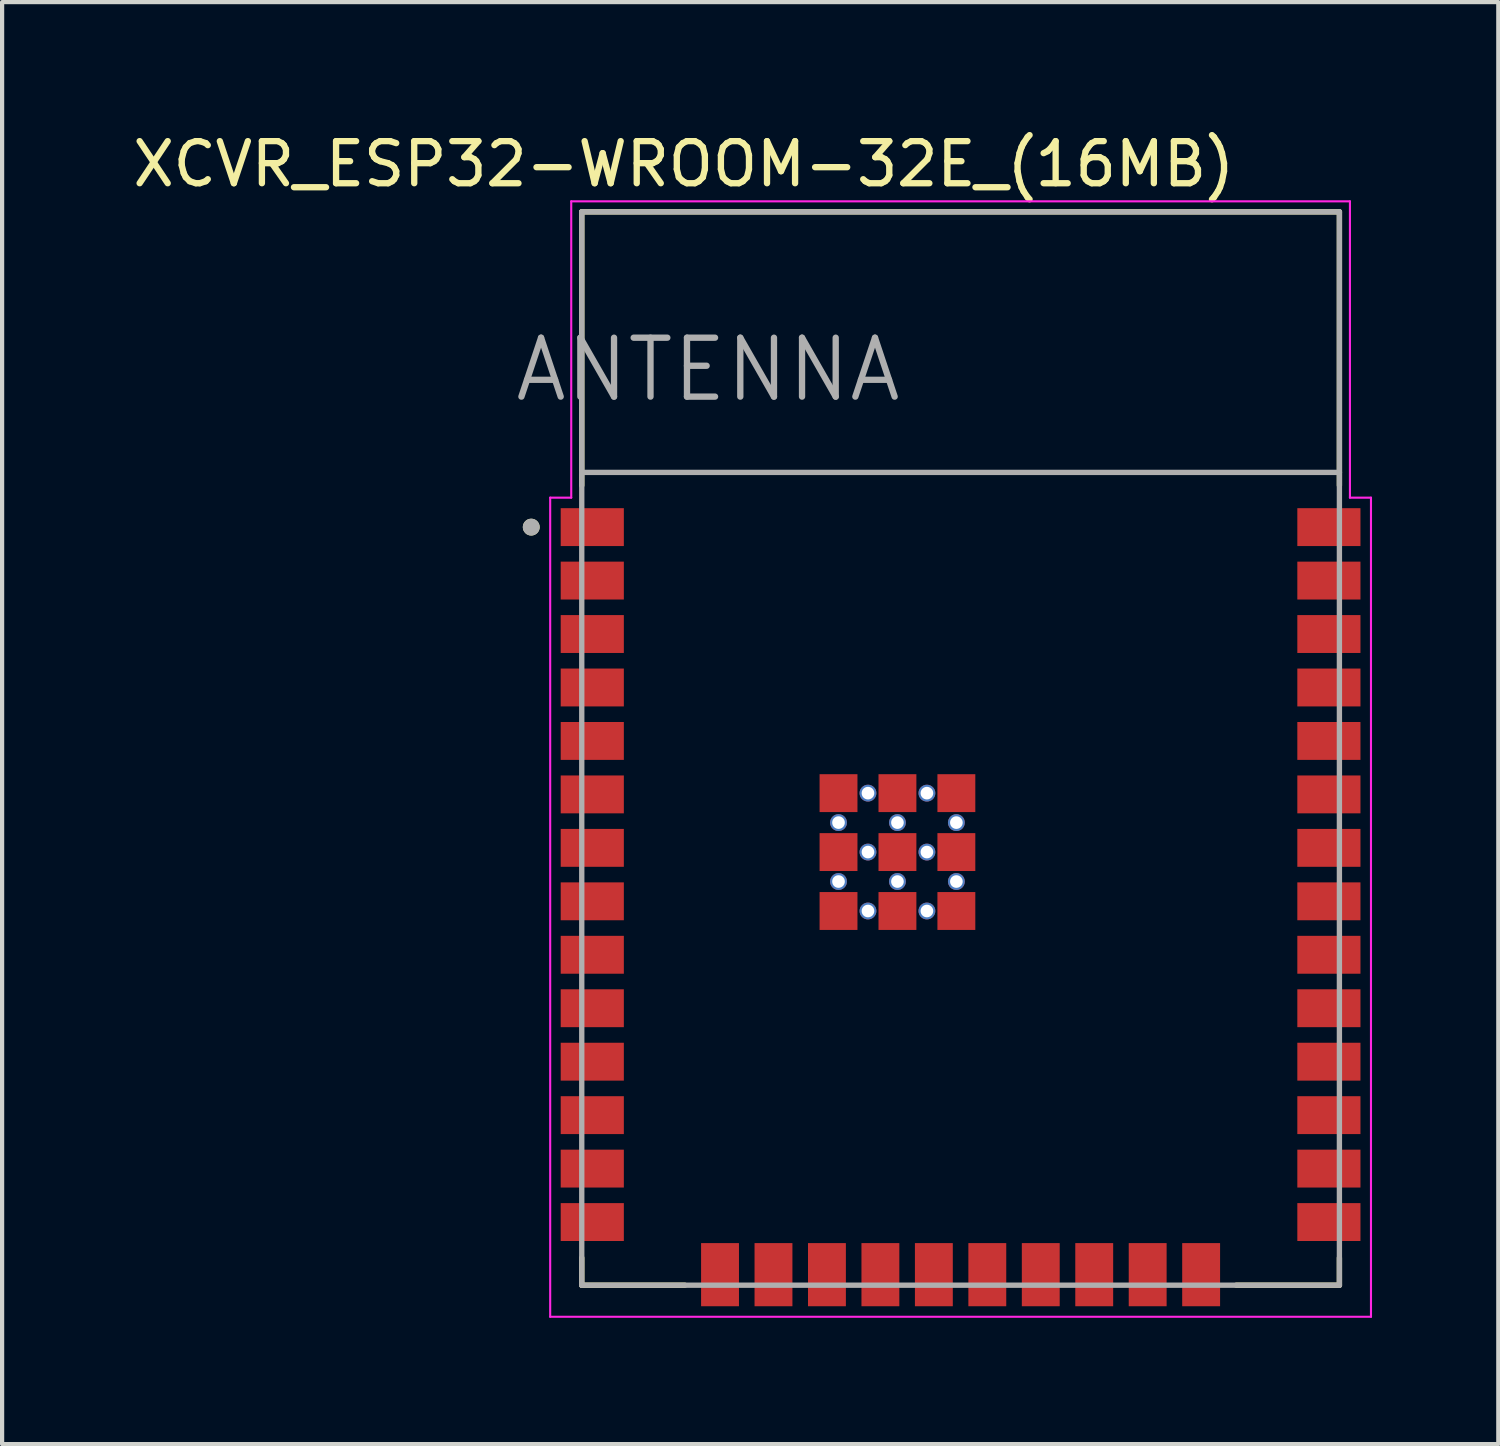
<source format=kicad_pcb>
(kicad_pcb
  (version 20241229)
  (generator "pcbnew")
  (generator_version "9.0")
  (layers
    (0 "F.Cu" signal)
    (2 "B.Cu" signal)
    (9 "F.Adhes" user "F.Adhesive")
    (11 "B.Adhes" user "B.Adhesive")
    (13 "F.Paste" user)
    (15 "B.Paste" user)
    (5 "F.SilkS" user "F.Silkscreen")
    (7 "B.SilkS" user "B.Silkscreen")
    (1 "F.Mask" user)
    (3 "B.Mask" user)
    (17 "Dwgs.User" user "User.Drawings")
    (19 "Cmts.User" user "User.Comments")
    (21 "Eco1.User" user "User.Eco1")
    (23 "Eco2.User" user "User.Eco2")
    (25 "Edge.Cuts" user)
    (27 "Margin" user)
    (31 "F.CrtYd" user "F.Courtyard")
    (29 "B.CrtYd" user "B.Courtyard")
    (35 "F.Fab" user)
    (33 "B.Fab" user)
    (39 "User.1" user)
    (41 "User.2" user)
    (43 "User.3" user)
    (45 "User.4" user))
  (footprint "XCVR_ESP32-WROOM-32E_(16MB)"
    (layer "F.Cu")
    (at 19.771 14.733)
    (property "Reference" "XCVR_ESP32-WROOM-32E_(16MB)" (at -6.575 -13.885 0) (layer "F.SilkS") (effects (font (size 1 1) (thickness 0.15))))
    (attr through_hole)
    (fp_line (start -9 -12.75) (end 9 -12.75) (stroke (width 0.127) (type solid)) (layer "F.SilkS"))
    (fp_line (start -9 -6.25) (end -9 -12.75) (stroke (width 0.127) (type solid)) (layer "F.SilkS"))
    (fp_line (start -9 12.1) (end -9 12.75) (stroke (width 0.127) (type solid)) (layer "F.SilkS"))
    (fp_line (start -9 12.75) (end -6.55 12.75) (stroke (width 0.127) (type solid)) (layer "F.SilkS"))
    (fp_line (start 6.55 12.75) (end 9 12.75) (stroke (width 0.127) (type solid)) (layer "F.SilkS"))
    (fp_line (start 9 -12.75) (end 9 -6.25) (stroke (width 0.127) (type solid)) (layer "F.SilkS"))
    (fp_line (start 9 12.75) (end 9 12.1) (stroke (width 0.127) (type solid)) (layer "F.SilkS"))
    (fp_circle (center -10.2 -5.26) (end -10.1 -5.26) (stroke (width 0.2) (type solid)) (fill no) (layer "F.SilkS"))
    (fp_line (start -9.75 -5.96) (end -9.25 -5.96) (stroke (width 0.05) (type solid)) (layer "F.CrtYd"))
    (fp_line (start -9.75 13.5) (end -9.75 -5.96) (stroke (width 0.05) (type solid)) (layer "F.CrtYd"))
    (fp_line (start -9.25 -13) (end 9.25 -13) (stroke (width 0.05) (type solid)) (layer "F.CrtYd"))
    (fp_line (start -9.25 -5.96) (end -9.25 -13) (stroke (width 0.05) (type solid)) (layer "F.CrtYd"))
    (fp_line (start 9.25 -13) (end 9.25 -5.96) (stroke (width 0.05) (type solid)) (layer "F.CrtYd"))
    (fp_line (start 9.25 -5.96) (end 9.75 -5.96) (stroke (width 0.05) (type solid)) (layer "F.CrtYd"))
    (fp_line (start 9.75 -5.96) (end 9.75 13.5) (stroke (width 0.05) (type solid)) (layer "F.CrtYd"))
    (fp_line (start 9.75 13.5) (end -9.75 13.5) (stroke (width 0.05) (type solid)) (layer "F.CrtYd"))
    (fp_line (start -9 -12.75) (end -9 -6.56) (stroke (width 0.127) (type solid)) (layer "F.Fab"))
    (fp_line (start -9 -12.75) (end 9 -12.75) (stroke (width 0.127) (type solid)) (layer "F.Fab"))
    (fp_line (start -9 -6.56) (end 9 -6.56) (stroke (width 0.127) (type solid)) (layer "F.Fab"))
    (fp_line (start -9 12.75) (end -9 -6.56) (stroke (width 0.127) (type solid)) (layer "F.Fab"))
    (fp_line (start 9 -12.75) (end 9 -6.56) (stroke (width 0.127) (type solid)) (layer "F.Fab"))
    (fp_line (start 9 -6.56) (end 9 12.75) (stroke (width 0.127) (type solid)) (layer "F.Fab"))
    (fp_line (start 9 12.75) (end -9 12.75) (stroke (width 0.127) (type solid)) (layer "F.Fab"))
    (fp_circle (center -10.2 -5.26) (end -10.1 -5.26) (stroke (width 0.2) (type solid)) (fill no) (layer "F.Fab"))
    (fp_text user "ANTENNA" (at -6 -9 0) (layer "F.Fab") (effects (font (size 1.4 1.4) (thickness 0.15))))
    (pad "1" smd rect (at -8.75 -5.26) (size 1.5 0.9) (layers "F.Cu" "F.Mask" "F.Paste"))
    (pad "2" smd rect (at -8.75 -3.99) (size 1.5 0.9) (layers "F.Cu" "F.Mask" "F.Paste"))
    (pad "3" smd rect (at -8.75 -2.72) (size 1.5 0.9) (layers "F.Cu" "F.Mask" "F.Paste"))
    (pad "4" smd rect (at -8.75 -1.45) (size 1.5 0.9) (layers "F.Cu" "F.Mask" "F.Paste"))
    (pad "5" smd rect (at -8.75 -0.18) (size 1.5 0.9) (layers "F.Cu" "F.Mask" "F.Paste"))
    (pad "6" smd rect (at -8.75 1.09) (size 1.5 0.9) (layers "F.Cu" "F.Mask" "F.Paste"))
    (pad "7" smd rect (at -8.75 2.36) (size 1.5 0.9) (layers "F.Cu" "F.Mask" "F.Paste"))
    (pad "8" smd rect (at -8.75 3.63) (size 1.5 0.9) (layers "F.Cu" "F.Mask" "F.Paste"))
    (pad "9" smd rect (at -8.75 4.9) (size 1.5 0.9) (layers "F.Cu" "F.Mask" "F.Paste"))
    (pad "10" smd rect (at -8.75 6.17) (size 1.5 0.9) (layers "F.Cu" "F.Mask" "F.Paste"))
    (pad "11" smd rect (at -8.75 7.44) (size 1.5 0.9) (layers "F.Cu" "F.Mask" "F.Paste"))
    (pad "12" smd rect (at -8.75 8.71) (size 1.5 0.9) (layers "F.Cu" "F.Mask" "F.Paste"))
    (pad "13" smd rect (at -8.75 9.98) (size 1.5 0.9) (layers "F.Cu" "F.Mask" "F.Paste"))
    (pad "14" smd rect (at -8.75 11.25) (size 1.5 0.9) (layers "F.Cu" "F.Mask" "F.Paste"))
    (pad "15" smd rect (at -5.715 12.5) (size 0.9 1.5) (layers "F.Cu" "F.Mask" "F.Paste"))
    (pad "16" smd rect (at -4.445 12.5) (size 0.9 1.5) (layers "F.Cu" "F.Mask" "F.Paste"))
    (pad "17" smd rect (at -3.175 12.5) (size 0.9 1.5) (layers "F.Cu" "F.Mask" "F.Paste"))
    (pad "18" smd rect (at -1.905 12.5) (size 0.9 1.5) (layers "F.Cu" "F.Mask" "F.Paste"))
    (pad "19" smd rect (at -0.635 12.5) (size 0.9 1.5) (layers "F.Cu" "F.Mask" "F.Paste"))
    (pad "20" smd rect (at 0.635 12.5) (size 0.9 1.5) (layers "F.Cu" "F.Mask" "F.Paste"))
    (pad "21" smd rect (at 1.905 12.5) (size 0.9 1.5) (layers "F.Cu" "F.Mask" "F.Paste"))
    (pad "22" smd rect (at 3.175 12.5) (size 0.9 1.5) (layers "F.Cu" "F.Mask" "F.Paste"))
    (pad "23" smd rect (at 4.445 12.5) (size 0.9 1.5) (layers "F.Cu" "F.Mask" "F.Paste"))
    (pad "24" smd rect (at 5.715 12.5) (size 0.9 1.5) (layers "F.Cu" "F.Mask" "F.Paste"))
    (pad "25" smd rect (at 8.75 11.25) (size 1.5 0.9) (layers "F.Cu" "F.Mask" "F.Paste"))
    (pad "26" smd rect (at 8.75 9.98) (size 1.5 0.9) (layers "F.Cu" "F.Mask" "F.Paste"))
    (pad "27" smd rect (at 8.75 8.71) (size 1.5 0.9) (layers "F.Cu" "F.Mask" "F.Paste"))
    (pad "28" smd rect (at 8.75 7.44) (size 1.5 0.9) (layers "F.Cu" "F.Mask" "F.Paste"))
    (pad "29" smd rect (at 8.75 6.17) (size 1.5 0.9) (layers "F.Cu" "F.Mask" "F.Paste"))
    (pad "30" smd rect (at 8.75 4.9) (size 1.5 0.9) (layers "F.Cu" "F.Mask" "F.Paste"))
    (pad "31" smd rect (at 8.75 3.63) (size 1.5 0.9) (layers "F.Cu" "F.Mask" "F.Paste"))
    (pad "32" smd rect (at 8.75 2.36) (size 1.5 0.9) (layers "F.Cu" "F.Mask" "F.Paste"))
    (pad "33" smd rect (at 8.75 1.09) (size 1.5 0.9) (layers "F.Cu" "F.Mask" "F.Paste"))
    (pad "34" smd rect (at 8.75 -0.18) (size 1.5 0.9) (layers "F.Cu" "F.Mask" "F.Paste"))
    (pad "35" smd rect (at 8.75 -1.45) (size 1.5 0.9) (layers "F.Cu" "F.Mask" "F.Paste"))
    (pad "36" smd rect (at 8.75 -2.72) (size 1.5 0.9) (layers "F.Cu" "F.Mask" "F.Paste"))
    (pad "37" smd rect (at 8.75 -3.99) (size 1.5 0.9) (layers "F.Cu" "F.Mask" "F.Paste"))
    (pad "38" smd rect (at 8.75 -5.26) (size 1.5 0.9) (layers "F.Cu" "F.Mask" "F.Paste"))
    (pad "39_1" smd rect (at -2.9 1.06) (size 0.9 0.9) (layers "F.Cu" "F.Mask" "F.Paste"))
    (pad "39_2" smd rect (at -1.5 1.06) (size 0.9 0.9) (layers "F.Cu" "F.Mask" "F.Paste"))
    (pad "39_3" smd rect (at -0.1 1.06) (size 0.9 0.9) (layers "F.Cu" "F.Mask" "F.Paste"))
    (pad "39_4" smd rect (at -2.9 2.46) (size 0.9 0.9) (layers "F.Cu" "F.Mask" "F.Paste"))
    (pad "39_5" smd rect (at -1.5 2.46) (size 0.9 0.9) (layers "F.Cu" "F.Mask" "F.Paste"))
    (pad "39_6" smd rect (at -0.1 2.46) (size 0.9 0.9) (layers "F.Cu" "F.Mask" "F.Paste"))
    (pad "39_7" smd rect (at -2.9 3.86) (size 0.9 0.9) (layers "F.Cu" "F.Mask" "F.Paste"))
    (pad "39_8" smd rect (at -1.5 3.86) (size 0.9 0.9) (layers "F.Cu" "F.Mask" "F.Paste"))
    (pad "39_9" smd rect (at -0.1 3.86) (size 0.9 0.9) (layers "F.Cu" "F.Mask" "F.Paste"))
    (pad "39_10" thru_hole circle (at -2.2 1.06) (size 0.4 0.4) (drill 0.3) (layers "*.Cu"))
    (pad "39_11" thru_hole circle (at -0.8 1.06) (size 0.4 0.4) (drill 0.3) (layers "*.Cu"))
    (pad "39_12" thru_hole circle (at -2.9 1.76) (size 0.4 0.4) (drill 0.3) (layers "*.Cu"))
    (pad "39_13" thru_hole circle (at -1.5 1.76) (size 0.4 0.4) (drill 0.3) (layers "*.Cu"))
    (pad "39_14" thru_hole circle (at -0.1 1.76) (size 0.4 0.4) (drill 0.3) (layers "*.Cu"))
    (pad "39_15" thru_hole circle (at -2.2 2.46) (size 0.4 0.4) (drill 0.3) (layers "*.Cu"))
    (pad "39_16" thru_hole circle (at -0.8 2.46) (size 0.4 0.4) (drill 0.3) (layers "*.Cu"))
    (pad "39_17" thru_hole circle (at -2.9 3.16) (size 0.4 0.4) (drill 0.3) (layers "*.Cu"))
    (pad "39_18" thru_hole circle (at -1.5 3.16) (size 0.4 0.4) (drill 0.3) (layers "*.Cu"))
    (pad "39_19" thru_hole circle (at -0.1 3.16) (size 0.4 0.4) (drill 0.3) (layers "*.Cu"))
    (pad "39_20" thru_hole circle (at -2.2 3.86) (size 0.4 0.4) (drill 0.3) (layers "*.Cu"))
    (pad "39_21" thru_hole circle (at -0.8 3.86) (size 0.4 0.4) (drill 0.3) (layers "*.Cu"))
    (zone (net_name "") (layer "F.Cu") (hatch full 0.508) (connect_pads) (min_thickness 0.01) (filled_areas_thickness no) (keepout (tracks not_allowed) (vias not_allowed) (pads not_allowed) (copperpour not_allowed) (footprints allowed)) (placement (enabled no)) (fill) (polygon (pts (xy 10.771 1.983) (xy 28.771 1.983) (xy 28.771 8.173) (xy 10.771 8.173))))
    (zone (net_name "") (layers "F.Cu" "B.Cu") (hatch full 0.508) (connect_pads) (min_thickness 0.01) (filled_areas_thickness no) (keepout (tracks allowed) (vias not_allowed) (pads allowed) (copperpour allowed) (footprints allowed)) (placement (enabled no)) (fill) (polygon (pts (xy 10.771 1.983) (xy 28.771 1.983) (xy 28.771 8.173) (xy 10.771 8.173)))))
  (gr_rect
    (start -3 -3)
    (end 32.546 31.258)
    (stroke (width 0.1) (type default))
    (fill no)
    (layer "Edge.Cuts")))
</source>
